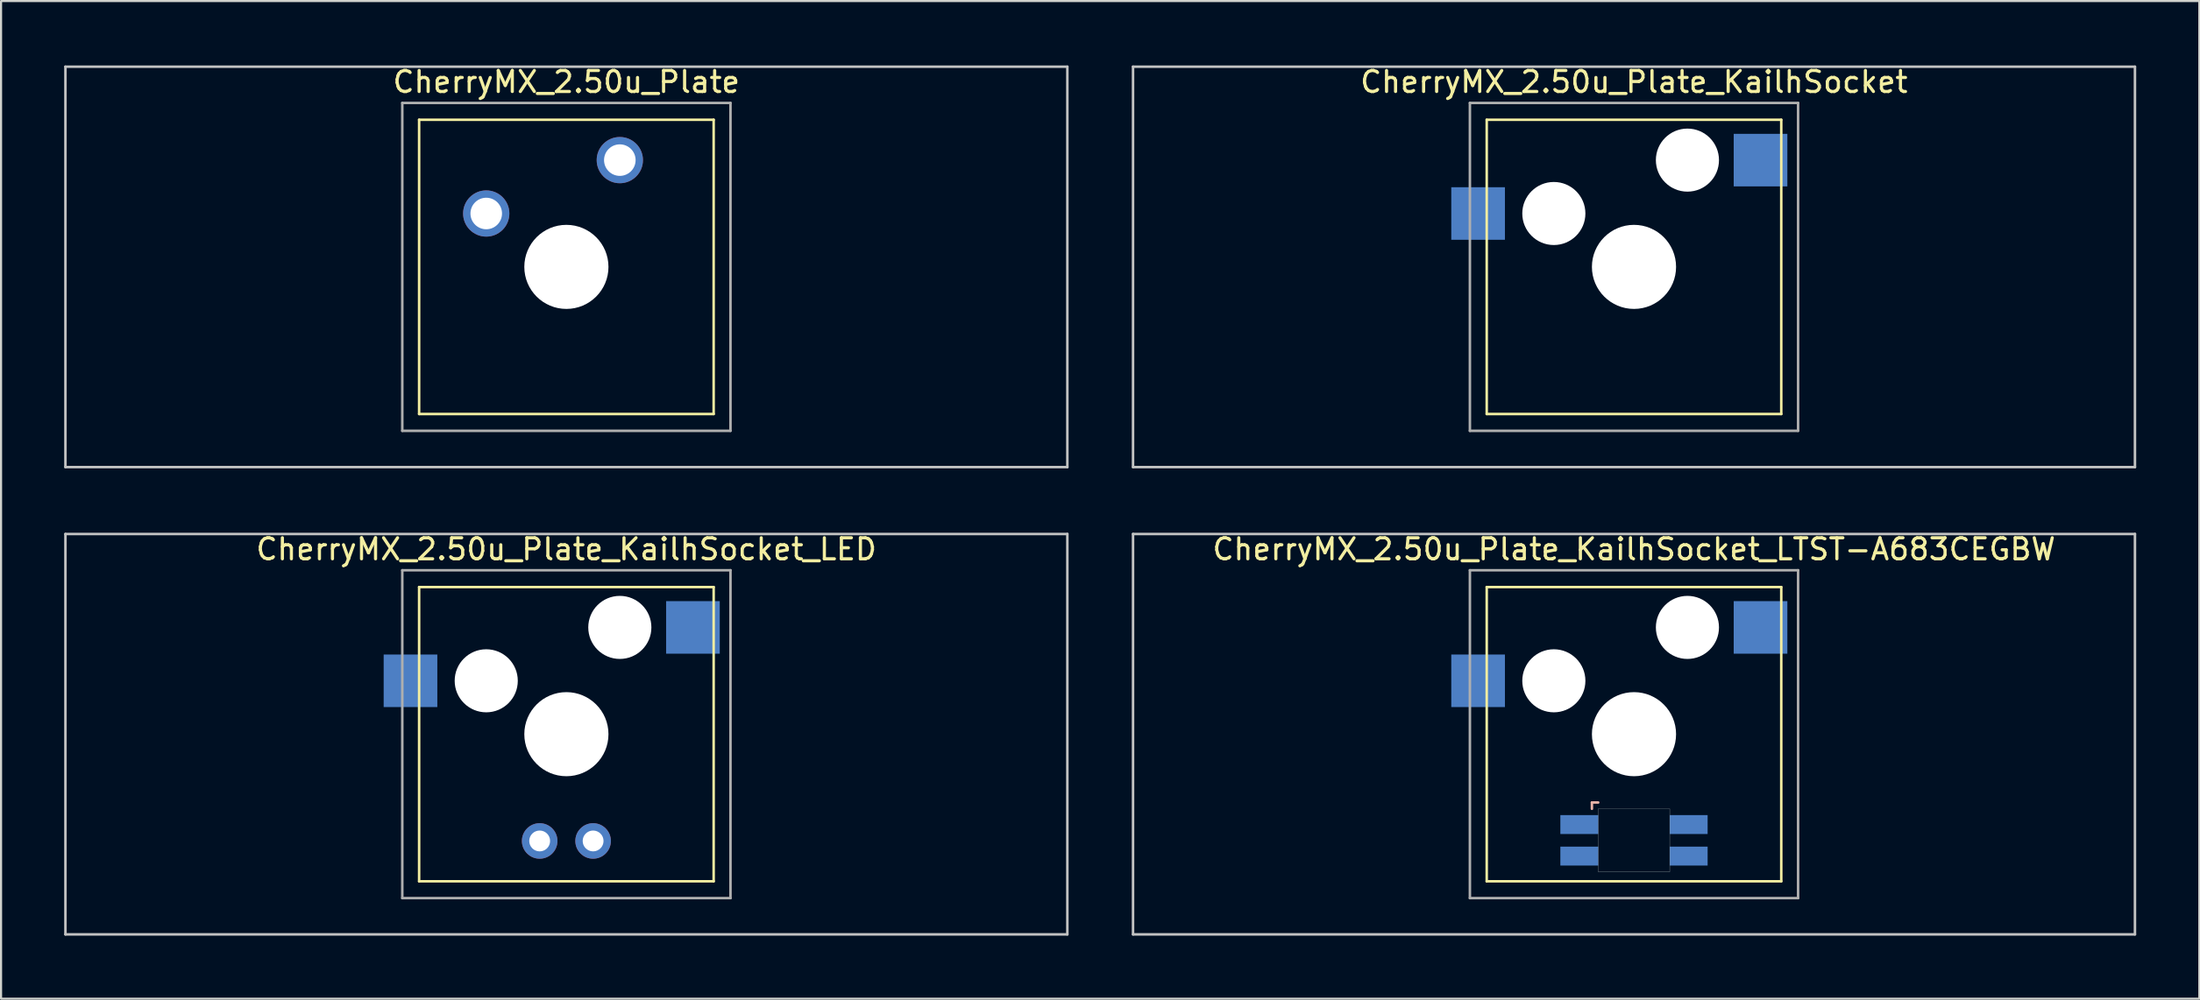
<source format=kicad_pcb>
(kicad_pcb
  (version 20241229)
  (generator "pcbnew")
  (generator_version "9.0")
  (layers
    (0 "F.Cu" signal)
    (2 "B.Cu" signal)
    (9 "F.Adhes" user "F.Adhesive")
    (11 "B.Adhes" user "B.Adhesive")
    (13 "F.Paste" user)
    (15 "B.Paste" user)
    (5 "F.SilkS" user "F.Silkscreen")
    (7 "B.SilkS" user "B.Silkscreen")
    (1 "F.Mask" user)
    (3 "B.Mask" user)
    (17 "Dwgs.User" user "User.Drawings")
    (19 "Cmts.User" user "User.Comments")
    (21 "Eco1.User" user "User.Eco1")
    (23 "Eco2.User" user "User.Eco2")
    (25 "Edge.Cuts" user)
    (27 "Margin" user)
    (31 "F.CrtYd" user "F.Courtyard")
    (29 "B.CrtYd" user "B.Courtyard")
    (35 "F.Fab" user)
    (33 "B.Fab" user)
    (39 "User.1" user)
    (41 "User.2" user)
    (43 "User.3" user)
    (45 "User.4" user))
  (footprint "CherryMX_2.50u_Plate_KailhSocket_LED"
    (layer "F.Cu")
    (at 23.872 31.881)
    (property "Reference" "CherryMX_2.50u_Plate_KailhSocket_LED" (at 0 -8.8 0) (layer "F.SilkS") (effects (font (size 1 1) (thickness 0.15))))
    (attr through_hole)
    (fp_line (start -7 -7) (end -7 7) (stroke (width 0.12) (type solid)) (layer "F.SilkS"))
    (fp_line (start -7 -7) (end 7 -7) (stroke (width 0.12) (type solid)) (layer "F.SilkS"))
    (fp_line (start 7 -7) (end 7 7) (stroke (width 0.12) (type solid)) (layer "F.SilkS"))
    (fp_line (start 7 7) (end -7 7) (stroke (width 0.12) (type solid)) (layer "F.SilkS"))
    (fp_line (start -23.812 -9.525) (end 23.812 -9.525) (stroke (width 0.12) (type solid)) (layer "Dwgs.User"))
    (fp_line (start -23.812 9.525) (end -23.812 -9.525) (stroke (width 0.12) (type solid)) (layer "Dwgs.User"))
    (fp_line (start 23.812 -9.525) (end 23.812 9.525) (stroke (width 0.12) (type solid)) (layer "Dwgs.User"))
    (fp_line (start 23.812 9.525) (end -23.812 9.525) (stroke (width 0.12) (type solid)) (layer "Dwgs.User"))
    (fp_line (start -7.8 -7.8) (end -7.8 7.8) (stroke (width 0.12) (type solid)) (layer "F.Fab"))
    (fp_line (start -7.8 -7.8) (end 7.8 -7.8) (stroke (width 0.12) (type solid)) (layer "F.Fab"))
    (fp_line (start -7.8 7.8) (end 7.8 7.8) (stroke (width 0.12) (type solid)) (layer "F.Fab"))
    (fp_line (start 7.8 -7.8) (end 7.8 7.8) (stroke (width 0.12) (type solid)) (layer "F.Fab"))
    (pad "" np_thru_hole circle (at -3.81 -2.54) (size 3 3) (drill 3) (layers "*.Cu" "*.Mask"))
    (pad "" np_thru_hole circle (at 0 0) (size 4 4) (drill 4) (layers "*.Cu" "*.Mask"))
    (pad "" np_thru_hole circle (at 2.54 -5.08) (size 3 3) (drill 3) (layers "*.Cu" "*.Mask"))
    (pad "1" smd rect (at -7.41 -2.54) (size 2.55 2.5) (layers "B.Cu" "B.Mask" "B.Paste"))
    (pad "2" smd rect (at 6.015 -5.08) (size 2.55 2.5) (layers "B.Cu" "B.Mask" "B.Paste"))
    (pad "3" thru_hole circle (at -1.27 5.08) (size 1.691 1.691) (drill 0.991) (layers "*.Cu" "*.Mask"))
    (pad "4" thru_hole circle (at 1.27 5.08) (size 1.691 1.691) (drill 0.991) (layers "*.Cu" "*.Mask")))
  (footprint "CherryMX_2.50u_Plate"
    (layer "F.Cu")
    (at 23.872 9.648)
    (property "Reference" "CherryMX_2.50u_Plate" (at 0 -8.8 0) (layer "F.SilkS") (effects (font (size 1 1) (thickness 0.15))))
    (attr through_hole)
    (fp_line (start -7 -7) (end -7 7) (stroke (width 0.12) (type solid)) (layer "F.SilkS"))
    (fp_line (start -7 -7) (end 7 -7) (stroke (width 0.12) (type solid)) (layer "F.SilkS"))
    (fp_line (start 7 -7) (end 7 7) (stroke (width 0.12) (type solid)) (layer "F.SilkS"))
    (fp_line (start 7 7) (end -7 7) (stroke (width 0.12) (type solid)) (layer "F.SilkS"))
    (fp_line (start -23.812 -9.525) (end 23.812 -9.525) (stroke (width 0.12) (type solid)) (layer "Dwgs.User"))
    (fp_line (start -23.812 9.525) (end -23.812 -9.525) (stroke (width 0.12) (type solid)) (layer "Dwgs.User"))
    (fp_line (start 23.812 -9.525) (end 23.812 9.525) (stroke (width 0.12) (type solid)) (layer "Dwgs.User"))
    (fp_line (start 23.812 9.525) (end -23.812 9.525) (stroke (width 0.12) (type solid)) (layer "Dwgs.User"))
    (fp_line (start -7.8 -7.8) (end -7.8 7.8) (stroke (width 0.12) (type solid)) (layer "F.Fab"))
    (fp_line (start -7.8 -7.8) (end 7.8 -7.8) (stroke (width 0.12) (type solid)) (layer "F.Fab"))
    (fp_line (start -7.8 7.8) (end 7.8 7.8) (stroke (width 0.12) (type solid)) (layer "F.Fab"))
    (fp_line (start 7.8 -7.8) (end 7.8 7.8) (stroke (width 0.12) (type solid)) (layer "F.Fab"))
    (pad "" np_thru_hole circle (at 0 0) (size 4 4) (drill 4) (layers "*.Cu" "*.Mask"))
    (pad "1" thru_hole circle (at -3.81 -2.54) (size 2.2 2.2) (drill 1.5) (layers "*.Cu" "*.Mask"))
    (pad "2" thru_hole circle (at 2.54 -5.08) (size 2.2 2.2) (drill 1.5) (layers "*.Cu" "*.Mask")))
  (footprint "CherryMX_2.50u_Plate_KailhSocket"
    (layer "F.Cu")
    (at 74.618 9.648)
    (property "Reference" "CherryMX_2.50u_Plate_KailhSocket" (at 0 -8.8 0) (layer "F.SilkS") (effects (font (size 1 1) (thickness 0.15))))
    (attr through_hole)
    (fp_line (start -7 -7) (end -7 7) (stroke (width 0.12) (type solid)) (layer "F.SilkS"))
    (fp_line (start -7 -7) (end 7 -7) (stroke (width 0.12) (type solid)) (layer "F.SilkS"))
    (fp_line (start 7 -7) (end 7 7) (stroke (width 0.12) (type solid)) (layer "F.SilkS"))
    (fp_line (start 7 7) (end -7 7) (stroke (width 0.12) (type solid)) (layer "F.SilkS"))
    (fp_line (start -23.812 -9.525) (end 23.812 -9.525) (stroke (width 0.12) (type solid)) (layer "Dwgs.User"))
    (fp_line (start -23.812 9.525) (end -23.812 -9.525) (stroke (width 0.12) (type solid)) (layer "Dwgs.User"))
    (fp_line (start 23.812 -9.525) (end 23.812 9.525) (stroke (width 0.12) (type solid)) (layer "Dwgs.User"))
    (fp_line (start 23.812 9.525) (end -23.812 9.525) (stroke (width 0.12) (type solid)) (layer "Dwgs.User"))
    (fp_line (start -7.8 -7.8) (end -7.8 7.8) (stroke (width 0.12) (type solid)) (layer "F.Fab"))
    (fp_line (start -7.8 -7.8) (end 7.8 -7.8) (stroke (width 0.12) (type solid)) (layer "F.Fab"))
    (fp_line (start -7.8 7.8) (end 7.8 7.8) (stroke (width 0.12) (type solid)) (layer "F.Fab"))
    (fp_line (start 7.8 -7.8) (end 7.8 7.8) (stroke (width 0.12) (type solid)) (layer "F.Fab"))
    (pad "" np_thru_hole circle (at -3.81 -2.54) (size 3 3) (drill 3) (layers "*.Cu" "*.Mask"))
    (pad "" np_thru_hole circle (at 0 0) (size 4 4) (drill 4) (layers "*.Cu" "*.Mask"))
    (pad "" np_thru_hole circle (at 2.54 -5.08) (size 3 3) (drill 3) (layers "*.Cu" "*.Mask"))
    (pad "1" smd rect (at -7.41 -2.54) (size 2.55 2.5) (layers "B.Cu" "B.Mask" "B.Paste"))
    (pad "2" smd rect (at 6.015 -5.08) (size 2.55 2.5) (layers "B.Cu" "B.Mask" "B.Paste")))
  (footprint "CherryMX_2.50u_Plate_KailhSocket_LTST-A683CEGBW"
    (layer "F.Cu")
    (at 74.618 31.881)
    (property "Reference" "CherryMX_2.50u_Plate_KailhSocket_LTST-A683CEGBW" (at 0 -8.8 0) (layer "F.SilkS") (effects (font (size 1 1) (thickness 0.15))))
    (attr through_hole)
    (fp_line (start -7 -7) (end -7 7) (stroke (width 0.12) (type solid)) (layer "F.SilkS"))
    (fp_line (start -7 -7) (end 7 -7) (stroke (width 0.12) (type solid)) (layer "F.SilkS"))
    (fp_line (start 7 -7) (end 7 7) (stroke (width 0.12) (type solid)) (layer "F.SilkS"))
    (fp_line (start 7 7) (end -7 7) (stroke (width 0.12) (type solid)) (layer "F.SilkS"))
    (fp_line (start -2 3.25) (end -2 3.55) (stroke (width 0.12) (type solid)) (layer "B.SilkS"))
    (fp_line (start -1.7 3.25) (end -2 3.25) (stroke (width 0.12) (type solid)) (layer "B.SilkS"))
    (fp_line (start -23.812 -9.525) (end 23.812 -9.525) (stroke (width 0.12) (type solid)) (layer "Dwgs.User"))
    (fp_line (start -23.812 9.525) (end -23.812 -9.525) (stroke (width 0.12) (type solid)) (layer "Dwgs.User"))
    (fp_line (start 23.812 -9.525) (end 23.812 9.525) (stroke (width 0.12) (type solid)) (layer "Dwgs.User"))
    (fp_line (start 23.812 9.525) (end -23.812 9.525) (stroke (width 0.12) (type solid)) (layer "Dwgs.User"))
    (fp_poly (pts (xy 1.7 6.55) (xy -1.7 6.55) (xy -1.7 3.55) (xy 1.7 3.55)) (stroke (width 0.01) (type solid)) (fill no) (layer "Edge.Cuts"))
    (fp_line (start -7.8 -7.8) (end -7.8 7.8) (stroke (width 0.12) (type solid)) (layer "F.Fab"))
    (fp_line (start -7.8 -7.8) (end 7.8 -7.8) (stroke (width 0.12) (type solid)) (layer "F.Fab"))
    (fp_line (start -7.8 7.8) (end 7.8 7.8) (stroke (width 0.12) (type solid)) (layer "F.Fab"))
    (fp_line (start 7.8 -7.8) (end 7.8 7.8) (stroke (width 0.12) (type solid)) (layer "F.Fab"))
    (pad "" np_thru_hole circle (at -3.81 -2.54) (size 3 3) (drill 3) (layers "*.Cu" "*.Mask"))
    (pad "" np_thru_hole circle (at 0 0) (size 4 4) (drill 4) (layers "*.Cu" "*.Mask"))
    (pad "" np_thru_hole circle (at 2.54 -5.08) (size 3 3) (drill 3) (layers "*.Cu" "*.Mask"))
    (pad "1" smd rect (at -7.41 -2.54) (size 2.55 2.5) (layers "B.Cu" "B.Mask" "B.Paste"))
    (pad "2" smd rect (at 6.015 -5.08) (size 2.55 2.5) (layers "B.Cu" "B.Mask" "B.Paste"))
    (pad "3" smd rect (at -2.6 4.3) (size 1.8 0.9) (layers "B.Cu" "B.Mask" "B.Paste"))
    (pad "4" smd rect (at -2.6 5.8) (size 1.8 0.9) (layers "B.Cu" "B.Mask" "B.Paste"))
    (pad "5" smd rect (at 2.6 4.3) (size 1.8 0.9) (layers "B.Cu" "B.Mask" "B.Paste"))
    (pad "6" smd rect (at 2.6 5.8) (size 1.8 0.9) (layers "B.Cu" "B.Mask" "B.Paste")))
  (gr_rect
    (start -3 -3)
    (end 101.49 44.467)
    (stroke (width 0.1) (type default))
    (fill no)
    (layer "Edge.Cuts")))
</source>
